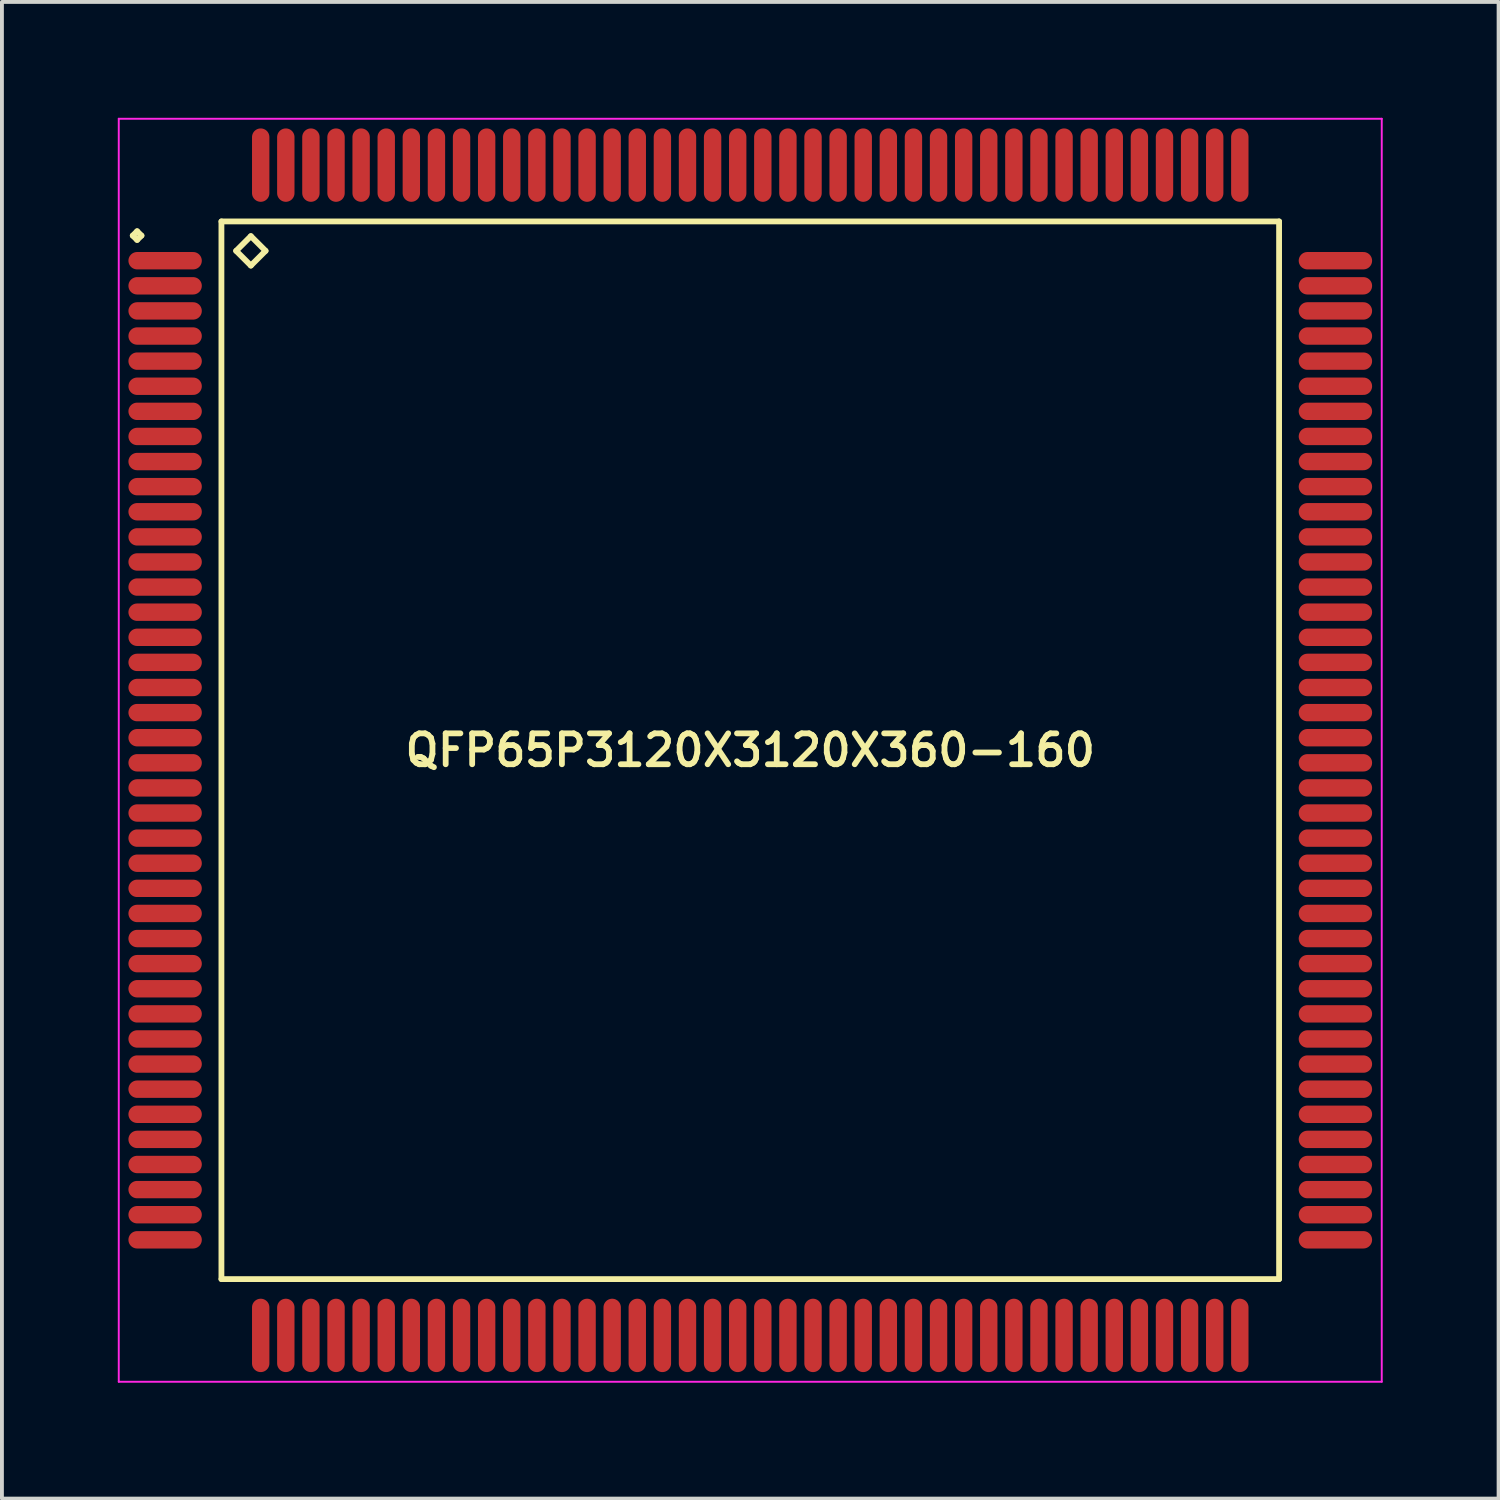
<source format=kicad_pcb>
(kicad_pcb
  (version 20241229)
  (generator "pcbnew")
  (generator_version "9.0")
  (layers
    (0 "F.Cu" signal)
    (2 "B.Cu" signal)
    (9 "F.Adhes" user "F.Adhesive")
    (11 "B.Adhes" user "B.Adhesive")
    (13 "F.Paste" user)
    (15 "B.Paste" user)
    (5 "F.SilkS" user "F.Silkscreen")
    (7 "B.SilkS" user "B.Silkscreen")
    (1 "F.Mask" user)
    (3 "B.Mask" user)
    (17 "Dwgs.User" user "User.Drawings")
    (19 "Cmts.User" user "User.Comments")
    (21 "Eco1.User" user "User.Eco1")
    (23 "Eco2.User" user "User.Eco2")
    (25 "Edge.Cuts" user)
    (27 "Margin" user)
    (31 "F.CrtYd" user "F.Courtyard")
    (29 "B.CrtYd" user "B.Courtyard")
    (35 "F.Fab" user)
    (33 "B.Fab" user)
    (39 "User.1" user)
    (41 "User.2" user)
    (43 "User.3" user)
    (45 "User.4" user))
  (footprint "QFP65P3120X3120X360-160"
    (layer "F.Cu")
    (at 16.375 16.375)
    (property "Reference" "QFP65P3120X3120X360-160" (at 0 0 0) (layer "F.SilkS") (effects (font (size 0.8 0.8) (thickness 0.15))))
    (attr smd)
    (fp_line (start -15.988 -13.325) (end -15.875 -13.438) (stroke (width 0.15) (type solid)) (layer "F.SilkS"))
    (fp_line (start -15.875 -13.438) (end -15.762 -13.325) (stroke (width 0.15) (type solid)) (layer "F.SilkS"))
    (fp_line (start -15.875 -13.213) (end -15.988 -13.325) (stroke (width 0.15) (type solid)) (layer "F.SilkS"))
    (fp_line (start -15.762 -13.325) (end -15.875 -13.213) (stroke (width 0.15) (type solid)) (layer "F.SilkS"))
    (fp_line (start -13.692 -13.692) (end -13.692 13.692) (stroke (width 0.15) (type solid)) (layer "F.SilkS"))
    (fp_line (start -13.692 13.692) (end 13.692 13.692) (stroke (width 0.15) (type solid)) (layer "F.SilkS"))
    (fp_line (start -13.311 -12.93) (end -12.93 -13.311) (stroke (width 0.15) (type solid)) (layer "F.SilkS"))
    (fp_line (start -12.93 -13.311) (end -12.549 -12.93) (stroke (width 0.15) (type solid)) (layer "F.SilkS"))
    (fp_line (start -12.93 -12.549) (end -13.311 -12.93) (stroke (width 0.15) (type solid)) (layer "F.SilkS"))
    (fp_line (start -12.549 -12.93) (end -12.93 -12.549) (stroke (width 0.15) (type solid)) (layer "F.SilkS"))
    (fp_line (start 13.692 -13.692) (end -13.692 -13.692) (stroke (width 0.15) (type solid)) (layer "F.SilkS"))
    (fp_line (start 13.692 13.692) (end 13.692 -13.692) (stroke (width 0.15) (type solid)) (layer "F.SilkS"))
    (fp_line (start -16.35 -16.35) (end 16.35 -16.35) (stroke (width 0.05) (type solid)) (layer "F.CrtYd"))
    (fp_line (start -16.35 16.35) (end -16.35 -16.35) (stroke (width 0.05) (type solid)) (layer "F.CrtYd"))
    (fp_line (start 16.35 -16.35) (end 16.35 16.35) (stroke (width 0.05) (type solid)) (layer "F.CrtYd"))
    (fp_line (start 16.35 16.35) (end -16.35 16.35) (stroke (width 0.05) (type solid)) (layer "F.CrtYd"))
    (pad "1" smd oval (at -15.15 -12.675) (size 1.9 0.45) (layers "F.Cu" "F.Mask" "F.Paste"))
    (pad "2" smd oval (at -15.15 -12.025) (size 1.9 0.45) (layers "F.Cu" "F.Mask" "F.Paste"))
    (pad "3" smd oval (at -15.15 -11.375) (size 1.9 0.45) (layers "F.Cu" "F.Mask" "F.Paste"))
    (pad "4" smd oval (at -15.15 -10.725) (size 1.9 0.45) (layers "F.Cu" "F.Mask" "F.Paste"))
    (pad "5" smd oval (at -15.15 -10.075) (size 1.9 0.45) (layers "F.Cu" "F.Mask" "F.Paste"))
    (pad "6" smd oval (at -15.15 -9.425) (size 1.9 0.45) (layers "F.Cu" "F.Mask" "F.Paste"))
    (pad "7" smd oval (at -15.15 -8.775) (size 1.9 0.45) (layers "F.Cu" "F.Mask" "F.Paste"))
    (pad "8" smd oval (at -15.15 -8.125) (size 1.9 0.45) (layers "F.Cu" "F.Mask" "F.Paste"))
    (pad "9" smd oval (at -15.15 -7.475) (size 1.9 0.45) (layers "F.Cu" "F.Mask" "F.Paste"))
    (pad "10" smd oval (at -15.15 -6.825) (size 1.9 0.45) (layers "F.Cu" "F.Mask" "F.Paste"))
    (pad "11" smd oval (at -15.15 -6.175) (size 1.9 0.45) (layers "F.Cu" "F.Mask" "F.Paste"))
    (pad "12" smd oval (at -15.15 -5.525) (size 1.9 0.45) (layers "F.Cu" "F.Mask" "F.Paste"))
    (pad "13" smd oval (at -15.15 -4.875) (size 1.9 0.45) (layers "F.Cu" "F.Mask" "F.Paste"))
    (pad "14" smd oval (at -15.15 -4.225) (size 1.9 0.45) (layers "F.Cu" "F.Mask" "F.Paste"))
    (pad "15" smd oval (at -15.15 -3.575) (size 1.9 0.45) (layers "F.Cu" "F.Mask" "F.Paste"))
    (pad "16" smd oval (at -15.15 -2.925) (size 1.9 0.45) (layers "F.Cu" "F.Mask" "F.Paste"))
    (pad "17" smd oval (at -15.15 -2.275) (size 1.9 0.45) (layers "F.Cu" "F.Mask" "F.Paste"))
    (pad "18" smd oval (at -15.15 -1.625) (size 1.9 0.45) (layers "F.Cu" "F.Mask" "F.Paste"))
    (pad "19" smd oval (at -15.15 -0.975) (size 1.9 0.45) (layers "F.Cu" "F.Mask" "F.Paste"))
    (pad "20" smd oval (at -15.15 -0.325) (size 1.9 0.45) (layers "F.Cu" "F.Mask" "F.Paste"))
    (pad "21" smd oval (at -15.15 0.325) (size 1.9 0.45) (layers "F.Cu" "F.Mask" "F.Paste"))
    (pad "22" smd oval (at -15.15 0.975) (size 1.9 0.45) (layers "F.Cu" "F.Mask" "F.Paste"))
    (pad "23" smd oval (at -15.15 1.625) (size 1.9 0.45) (layers "F.Cu" "F.Mask" "F.Paste"))
    (pad "24" smd oval (at -15.15 2.275) (size 1.9 0.45) (layers "F.Cu" "F.Mask" "F.Paste"))
    (pad "25" smd oval (at -15.15 2.925) (size 1.9 0.45) (layers "F.Cu" "F.Mask" "F.Paste"))
    (pad "26" smd oval (at -15.15 3.575) (size 1.9 0.45) (layers "F.Cu" "F.Mask" "F.Paste"))
    (pad "27" smd oval (at -15.15 4.225) (size 1.9 0.45) (layers "F.Cu" "F.Mask" "F.Paste"))
    (pad "28" smd oval (at -15.15 4.875) (size 1.9 0.45) (layers "F.Cu" "F.Mask" "F.Paste"))
    (pad "29" smd oval (at -15.15 5.525) (size 1.9 0.45) (layers "F.Cu" "F.Mask" "F.Paste"))
    (pad "30" smd oval (at -15.15 6.175) (size 1.9 0.45) (layers "F.Cu" "F.Mask" "F.Paste"))
    (pad "31" smd oval (at -15.15 6.825) (size 1.9 0.45) (layers "F.Cu" "F.Mask" "F.Paste"))
    (pad "32" smd oval (at -15.15 7.475) (size 1.9 0.45) (layers "F.Cu" "F.Mask" "F.Paste"))
    (pad "33" smd oval (at -15.15 8.125) (size 1.9 0.45) (layers "F.Cu" "F.Mask" "F.Paste"))
    (pad "34" smd oval (at -15.15 8.775) (size 1.9 0.45) (layers "F.Cu" "F.Mask" "F.Paste"))
    (pad "35" smd oval (at -15.15 9.425) (size 1.9 0.45) (layers "F.Cu" "F.Mask" "F.Paste"))
    (pad "36" smd oval (at -15.15 10.075) (size 1.9 0.45) (layers "F.Cu" "F.Mask" "F.Paste"))
    (pad "37" smd oval (at -15.15 10.725) (size 1.9 0.45) (layers "F.Cu" "F.Mask" "F.Paste"))
    (pad "38" smd oval (at -15.15 11.375) (size 1.9 0.45) (layers "F.Cu" "F.Mask" "F.Paste"))
    (pad "39" smd oval (at -15.15 12.025) (size 1.9 0.45) (layers "F.Cu" "F.Mask" "F.Paste"))
    (pad "40" smd oval (at -15.15 12.675) (size 1.9 0.45) (layers "F.Cu" "F.Mask" "F.Paste"))
    (pad "41" smd oval (at -12.675 15.15) (size 0.45 1.9) (layers "F.Cu" "F.Mask" "F.Paste"))
    (pad "42" smd oval (at -12.025 15.15) (size 0.45 1.9) (layers "F.Cu" "F.Mask" "F.Paste"))
    (pad "43" smd oval (at -11.375 15.15) (size 0.45 1.9) (layers "F.Cu" "F.Mask" "F.Paste"))
    (pad "44" smd oval (at -10.725 15.15) (size 0.45 1.9) (layers "F.Cu" "F.Mask" "F.Paste"))
    (pad "45" smd oval (at -10.075 15.15) (size 0.45 1.9) (layers "F.Cu" "F.Mask" "F.Paste"))
    (pad "46" smd oval (at -9.425 15.15) (size 0.45 1.9) (layers "F.Cu" "F.Mask" "F.Paste"))
    (pad "47" smd oval (at -8.775 15.15) (size 0.45 1.9) (layers "F.Cu" "F.Mask" "F.Paste"))
    (pad "48" smd oval (at -8.125 15.15) (size 0.45 1.9) (layers "F.Cu" "F.Mask" "F.Paste"))
    (pad "49" smd oval (at -7.475 15.15) (size 0.45 1.9) (layers "F.Cu" "F.Mask" "F.Paste"))
    (pad "50" smd oval (at -6.825 15.15) (size 0.45 1.9) (layers "F.Cu" "F.Mask" "F.Paste"))
    (pad "51" smd oval (at -6.175 15.15) (size 0.45 1.9) (layers "F.Cu" "F.Mask" "F.Paste"))
    (pad "52" smd oval (at -5.525 15.15) (size 0.45 1.9) (layers "F.Cu" "F.Mask" "F.Paste"))
    (pad "53" smd oval (at -4.875 15.15) (size 0.45 1.9) (layers "F.Cu" "F.Mask" "F.Paste"))
    (pad "54" smd oval (at -4.225 15.15) (size 0.45 1.9) (layers "F.Cu" "F.Mask" "F.Paste"))
    (pad "55" smd oval (at -3.575 15.15) (size 0.45 1.9) (layers "F.Cu" "F.Mask" "F.Paste"))
    (pad "56" smd oval (at -2.925 15.15) (size 0.45 1.9) (layers "F.Cu" "F.Mask" "F.Paste"))
    (pad "57" smd oval (at -2.275 15.15) (size 0.45 1.9) (layers "F.Cu" "F.Mask" "F.Paste"))
    (pad "58" smd oval (at -1.625 15.15) (size 0.45 1.9) (layers "F.Cu" "F.Mask" "F.Paste"))
    (pad "59" smd oval (at -0.975 15.15) (size 0.45 1.9) (layers "F.Cu" "F.Mask" "F.Paste"))
    (pad "60" smd oval (at -0.325 15.15) (size 0.45 1.9) (layers "F.Cu" "F.Mask" "F.Paste"))
    (pad "61" smd oval (at 0.325 15.15) (size 0.45 1.9) (layers "F.Cu" "F.Mask" "F.Paste"))
    (pad "62" smd oval (at 0.975 15.15) (size 0.45 1.9) (layers "F.Cu" "F.Mask" "F.Paste"))
    (pad "63" smd oval (at 1.625 15.15) (size 0.45 1.9) (layers "F.Cu" "F.Mask" "F.Paste"))
    (pad "64" smd oval (at 2.275 15.15) (size 0.45 1.9) (layers "F.Cu" "F.Mask" "F.Paste"))
    (pad "65" smd oval (at 2.925 15.15) (size 0.45 1.9) (layers "F.Cu" "F.Mask" "F.Paste"))
    (pad "66" smd oval (at 3.575 15.15) (size 0.45 1.9) (layers "F.Cu" "F.Mask" "F.Paste"))
    (pad "67" smd oval (at 4.225 15.15) (size 0.45 1.9) (layers "F.Cu" "F.Mask" "F.Paste"))
    (pad "68" smd oval (at 4.875 15.15) (size 0.45 1.9) (layers "F.Cu" "F.Mask" "F.Paste"))
    (pad "69" smd oval (at 5.525 15.15) (size 0.45 1.9) (layers "F.Cu" "F.Mask" "F.Paste"))
    (pad "70" smd oval (at 6.175 15.15) (size 0.45 1.9) (layers "F.Cu" "F.Mask" "F.Paste"))
    (pad "71" smd oval (at 6.825 15.15) (size 0.45 1.9) (layers "F.Cu" "F.Mask" "F.Paste"))
    (pad "72" smd oval (at 7.475 15.15) (size 0.45 1.9) (layers "F.Cu" "F.Mask" "F.Paste"))
    (pad "73" smd oval (at 8.125 15.15) (size 0.45 1.9) (layers "F.Cu" "F.Mask" "F.Paste"))
    (pad "74" smd oval (at 8.775 15.15) (size 0.45 1.9) (layers "F.Cu" "F.Mask" "F.Paste"))
    (pad "75" smd oval (at 9.425 15.15) (size 0.45 1.9) (layers "F.Cu" "F.Mask" "F.Paste"))
    (pad "76" smd oval (at 10.075 15.15) (size 0.45 1.9) (layers "F.Cu" "F.Mask" "F.Paste"))
    (pad "77" smd oval (at 10.725 15.15) (size 0.45 1.9) (layers "F.Cu" "F.Mask" "F.Paste"))
    (pad "78" smd oval (at 11.375 15.15) (size 0.45 1.9) (layers "F.Cu" "F.Mask" "F.Paste"))
    (pad "79" smd oval (at 12.025 15.15) (size 0.45 1.9) (layers "F.Cu" "F.Mask" "F.Paste"))
    (pad "80" smd oval (at 12.675 15.15) (size 0.45 1.9) (layers "F.Cu" "F.Mask" "F.Paste"))
    (pad "81" smd oval (at 15.15 12.675) (size 1.9 0.45) (layers "F.Cu" "F.Mask" "F.Paste"))
    (pad "82" smd oval (at 15.15 12.025) (size 1.9 0.45) (layers "F.Cu" "F.Mask" "F.Paste"))
    (pad "83" smd oval (at 15.15 11.375) (size 1.9 0.45) (layers "F.Cu" "F.Mask" "F.Paste"))
    (pad "84" smd oval (at 15.15 10.725) (size 1.9 0.45) (layers "F.Cu" "F.Mask" "F.Paste"))
    (pad "85" smd oval (at 15.15 10.075) (size 1.9 0.45) (layers "F.Cu" "F.Mask" "F.Paste"))
    (pad "86" smd oval (at 15.15 9.425) (size 1.9 0.45) (layers "F.Cu" "F.Mask" "F.Paste"))
    (pad "87" smd oval (at 15.15 8.775) (size 1.9 0.45) (layers "F.Cu" "F.Mask" "F.Paste"))
    (pad "88" smd oval (at 15.15 8.125) (size 1.9 0.45) (layers "F.Cu" "F.Mask" "F.Paste"))
    (pad "89" smd oval (at 15.15 7.475) (size 1.9 0.45) (layers "F.Cu" "F.Mask" "F.Paste"))
    (pad "90" smd oval (at 15.15 6.825) (size 1.9 0.45) (layers "F.Cu" "F.Mask" "F.Paste"))
    (pad "91" smd oval (at 15.15 6.175) (size 1.9 0.45) (layers "F.Cu" "F.Mask" "F.Paste"))
    (pad "92" smd oval (at 15.15 5.525) (size 1.9 0.45) (layers "F.Cu" "F.Mask" "F.Paste"))
    (pad "93" smd oval (at 15.15 4.875) (size 1.9 0.45) (layers "F.Cu" "F.Mask" "F.Paste"))
    (pad "94" smd oval (at 15.15 4.225) (size 1.9 0.45) (layers "F.Cu" "F.Mask" "F.Paste"))
    (pad "95" smd oval (at 15.15 3.575) (size 1.9 0.45) (layers "F.Cu" "F.Mask" "F.Paste"))
    (pad "96" smd oval (at 15.15 2.925) (size 1.9 0.45) (layers "F.Cu" "F.Mask" "F.Paste"))
    (pad "97" smd oval (at 15.15 2.275) (size 1.9 0.45) (layers "F.Cu" "F.Mask" "F.Paste"))
    (pad "98" smd oval (at 15.15 1.625) (size 1.9 0.45) (layers "F.Cu" "F.Mask" "F.Paste"))
    (pad "99" smd oval (at 15.15 0.975) (size 1.9 0.45) (layers "F.Cu" "F.Mask" "F.Paste"))
    (pad "100" smd oval (at 15.15 0.325) (size 1.9 0.45) (layers "F.Cu" "F.Mask" "F.Paste"))
    (pad "101" smd oval (at 15.15 -0.325) (size 1.9 0.45) (layers "F.Cu" "F.Mask" "F.Paste"))
    (pad "102" smd oval (at 15.15 -0.975) (size 1.9 0.45) (layers "F.Cu" "F.Mask" "F.Paste"))
    (pad "103" smd oval (at 15.15 -1.625) (size 1.9 0.45) (layers "F.Cu" "F.Mask" "F.Paste"))
    (pad "104" smd oval (at 15.15 -2.275) (size 1.9 0.45) (layers "F.Cu" "F.Mask" "F.Paste"))
    (pad "105" smd oval (at 15.15 -2.925) (size 1.9 0.45) (layers "F.Cu" "F.Mask" "F.Paste"))
    (pad "106" smd oval (at 15.15 -3.575) (size 1.9 0.45) (layers "F.Cu" "F.Mask" "F.Paste"))
    (pad "107" smd oval (at 15.15 -4.225) (size 1.9 0.45) (layers "F.Cu" "F.Mask" "F.Paste"))
    (pad "108" smd oval (at 15.15 -4.875) (size 1.9 0.45) (layers "F.Cu" "F.Mask" "F.Paste"))
    (pad "109" smd oval (at 15.15 -5.525) (size 1.9 0.45) (layers "F.Cu" "F.Mask" "F.Paste"))
    (pad "110" smd oval (at 15.15 -6.175) (size 1.9 0.45) (layers "F.Cu" "F.Mask" "F.Paste"))
    (pad "111" smd oval (at 15.15 -6.825) (size 1.9 0.45) (layers "F.Cu" "F.Mask" "F.Paste"))
    (pad "112" smd oval (at 15.15 -7.475) (size 1.9 0.45) (layers "F.Cu" "F.Mask" "F.Paste"))
    (pad "113" smd oval (at 15.15 -8.125) (size 1.9 0.45) (layers "F.Cu" "F.Mask" "F.Paste"))
    (pad "114" smd oval (at 15.15 -8.775) (size 1.9 0.45) (layers "F.Cu" "F.Mask" "F.Paste"))
    (pad "115" smd oval (at 15.15 -9.425) (size 1.9 0.45) (layers "F.Cu" "F.Mask" "F.Paste"))
    (pad "116" smd oval (at 15.15 -10.075) (size 1.9 0.45) (layers "F.Cu" "F.Mask" "F.Paste"))
    (pad "117" smd oval (at 15.15 -10.725) (size 1.9 0.45) (layers "F.Cu" "F.Mask" "F.Paste"))
    (pad "118" smd oval (at 15.15 -11.375) (size 1.9 0.45) (layers "F.Cu" "F.Mask" "F.Paste"))
    (pad "119" smd oval (at 15.15 -12.025) (size 1.9 0.45) (layers "F.Cu" "F.Mask" "F.Paste"))
    (pad "120" smd oval (at 15.15 -12.675) (size 1.9 0.45) (layers "F.Cu" "F.Mask" "F.Paste"))
    (pad "121" smd oval (at 12.675 -15.15) (size 0.45 1.9) (layers "F.Cu" "F.Mask" "F.Paste"))
    (pad "122" smd oval (at 12.025 -15.15) (size 0.45 1.9) (layers "F.Cu" "F.Mask" "F.Paste"))
    (pad "123" smd oval (at 11.375 -15.15) (size 0.45 1.9) (layers "F.Cu" "F.Mask" "F.Paste"))
    (pad "124" smd oval (at 10.725 -15.15) (size 0.45 1.9) (layers "F.Cu" "F.Mask" "F.Paste"))
    (pad "125" smd oval (at 10.075 -15.15) (size 0.45 1.9) (layers "F.Cu" "F.Mask" "F.Paste"))
    (pad "126" smd oval (at 9.425 -15.15) (size 0.45 1.9) (layers "F.Cu" "F.Mask" "F.Paste"))
    (pad "127" smd oval (at 8.775 -15.15) (size 0.45 1.9) (layers "F.Cu" "F.Mask" "F.Paste"))
    (pad "128" smd oval (at 8.125 -15.15) (size 0.45 1.9) (layers "F.Cu" "F.Mask" "F.Paste"))
    (pad "129" smd oval (at 7.475 -15.15) (size 0.45 1.9) (layers "F.Cu" "F.Mask" "F.Paste"))
    (pad "130" smd oval (at 6.825 -15.15) (size 0.45 1.9) (layers "F.Cu" "F.Mask" "F.Paste"))
    (pad "131" smd oval (at 6.175 -15.15) (size 0.45 1.9) (layers "F.Cu" "F.Mask" "F.Paste"))
    (pad "132" smd oval (at 5.525 -15.15) (size 0.45 1.9) (layers "F.Cu" "F.Mask" "F.Paste"))
    (pad "133" smd oval (at 4.875 -15.15) (size 0.45 1.9) (layers "F.Cu" "F.Mask" "F.Paste"))
    (pad "134" smd oval (at 4.225 -15.15) (size 0.45 1.9) (layers "F.Cu" "F.Mask" "F.Paste"))
    (pad "135" smd oval (at 3.575 -15.15) (size 0.45 1.9) (layers "F.Cu" "F.Mask" "F.Paste"))
    (pad "136" smd oval (at 2.925 -15.15) (size 0.45 1.9) (layers "F.Cu" "F.Mask" "F.Paste"))
    (pad "137" smd oval (at 2.275 -15.15) (size 0.45 1.9) (layers "F.Cu" "F.Mask" "F.Paste"))
    (pad "138" smd oval (at 1.625 -15.15) (size 0.45 1.9) (layers "F.Cu" "F.Mask" "F.Paste"))
    (pad "139" smd oval (at 0.975 -15.15) (size 0.45 1.9) (layers "F.Cu" "F.Mask" "F.Paste"))
    (pad "140" smd oval (at 0.325 -15.15) (size 0.45 1.9) (layers "F.Cu" "F.Mask" "F.Paste"))
    (pad "141" smd oval (at -0.325 -15.15) (size 0.45 1.9) (layers "F.Cu" "F.Mask" "F.Paste"))
    (pad "142" smd oval (at -0.975 -15.15) (size 0.45 1.9) (layers "F.Cu" "F.Mask" "F.Paste"))
    (pad "143" smd oval (at -1.625 -15.15) (size 0.45 1.9) (layers "F.Cu" "F.Mask" "F.Paste"))
    (pad "144" smd oval (at -2.275 -15.15) (size 0.45 1.9) (layers "F.Cu" "F.Mask" "F.Paste"))
    (pad "145" smd oval (at -2.925 -15.15) (size 0.45 1.9) (layers "F.Cu" "F.Mask" "F.Paste"))
    (pad "146" smd oval (at -3.575 -15.15) (size 0.45 1.9) (layers "F.Cu" "F.Mask" "F.Paste"))
    (pad "147" smd oval (at -4.225 -15.15) (size 0.45 1.9) (layers "F.Cu" "F.Mask" "F.Paste"))
    (pad "148" smd oval (at -4.875 -15.15) (size 0.45 1.9) (layers "F.Cu" "F.Mask" "F.Paste"))
    (pad "149" smd oval (at -5.525 -15.15) (size 0.45 1.9) (layers "F.Cu" "F.Mask" "F.Paste"))
    (pad "150" smd oval (at -6.175 -15.15) (size 0.45 1.9) (layers "F.Cu" "F.Mask" "F.Paste"))
    (pad "151" smd oval (at -6.825 -15.15) (size 0.45 1.9) (layers "F.Cu" "F.Mask" "F.Paste"))
    (pad "152" smd oval (at -7.475 -15.15) (size 0.45 1.9) (layers "F.Cu" "F.Mask" "F.Paste"))
    (pad "153" smd oval (at -8.125 -15.15) (size 0.45 1.9) (layers "F.Cu" "F.Mask" "F.Paste"))
    (pad "154" smd oval (at -8.775 -15.15) (size 0.45 1.9) (layers "F.Cu" "F.Mask" "F.Paste"))
    (pad "155" smd oval (at -9.425 -15.15) (size 0.45 1.9) (layers "F.Cu" "F.Mask" "F.Paste"))
    (pad "156" smd oval (at -10.075 -15.15) (size 0.45 1.9) (layers "F.Cu" "F.Mask" "F.Paste"))
    (pad "157" smd oval (at -10.725 -15.15) (size 0.45 1.9) (layers "F.Cu" "F.Mask" "F.Paste"))
    (pad "158" smd oval (at -11.375 -15.15) (size 0.45 1.9) (layers "F.Cu" "F.Mask" "F.Paste"))
    (pad "159" smd oval (at -12.025 -15.15) (size 0.45 1.9) (layers "F.Cu" "F.Mask" "F.Paste"))
    (pad "160" smd oval (at -12.675 -15.15) (size 0.45 1.9) (layers "F.Cu" "F.Mask" "F.Paste")))
  (gr_rect
    (start -3 -3)
    (end 35.75 35.75)
    (stroke (width 0.1) (type default))
    (fill no)
    (layer "Edge.Cuts")))
</source>
